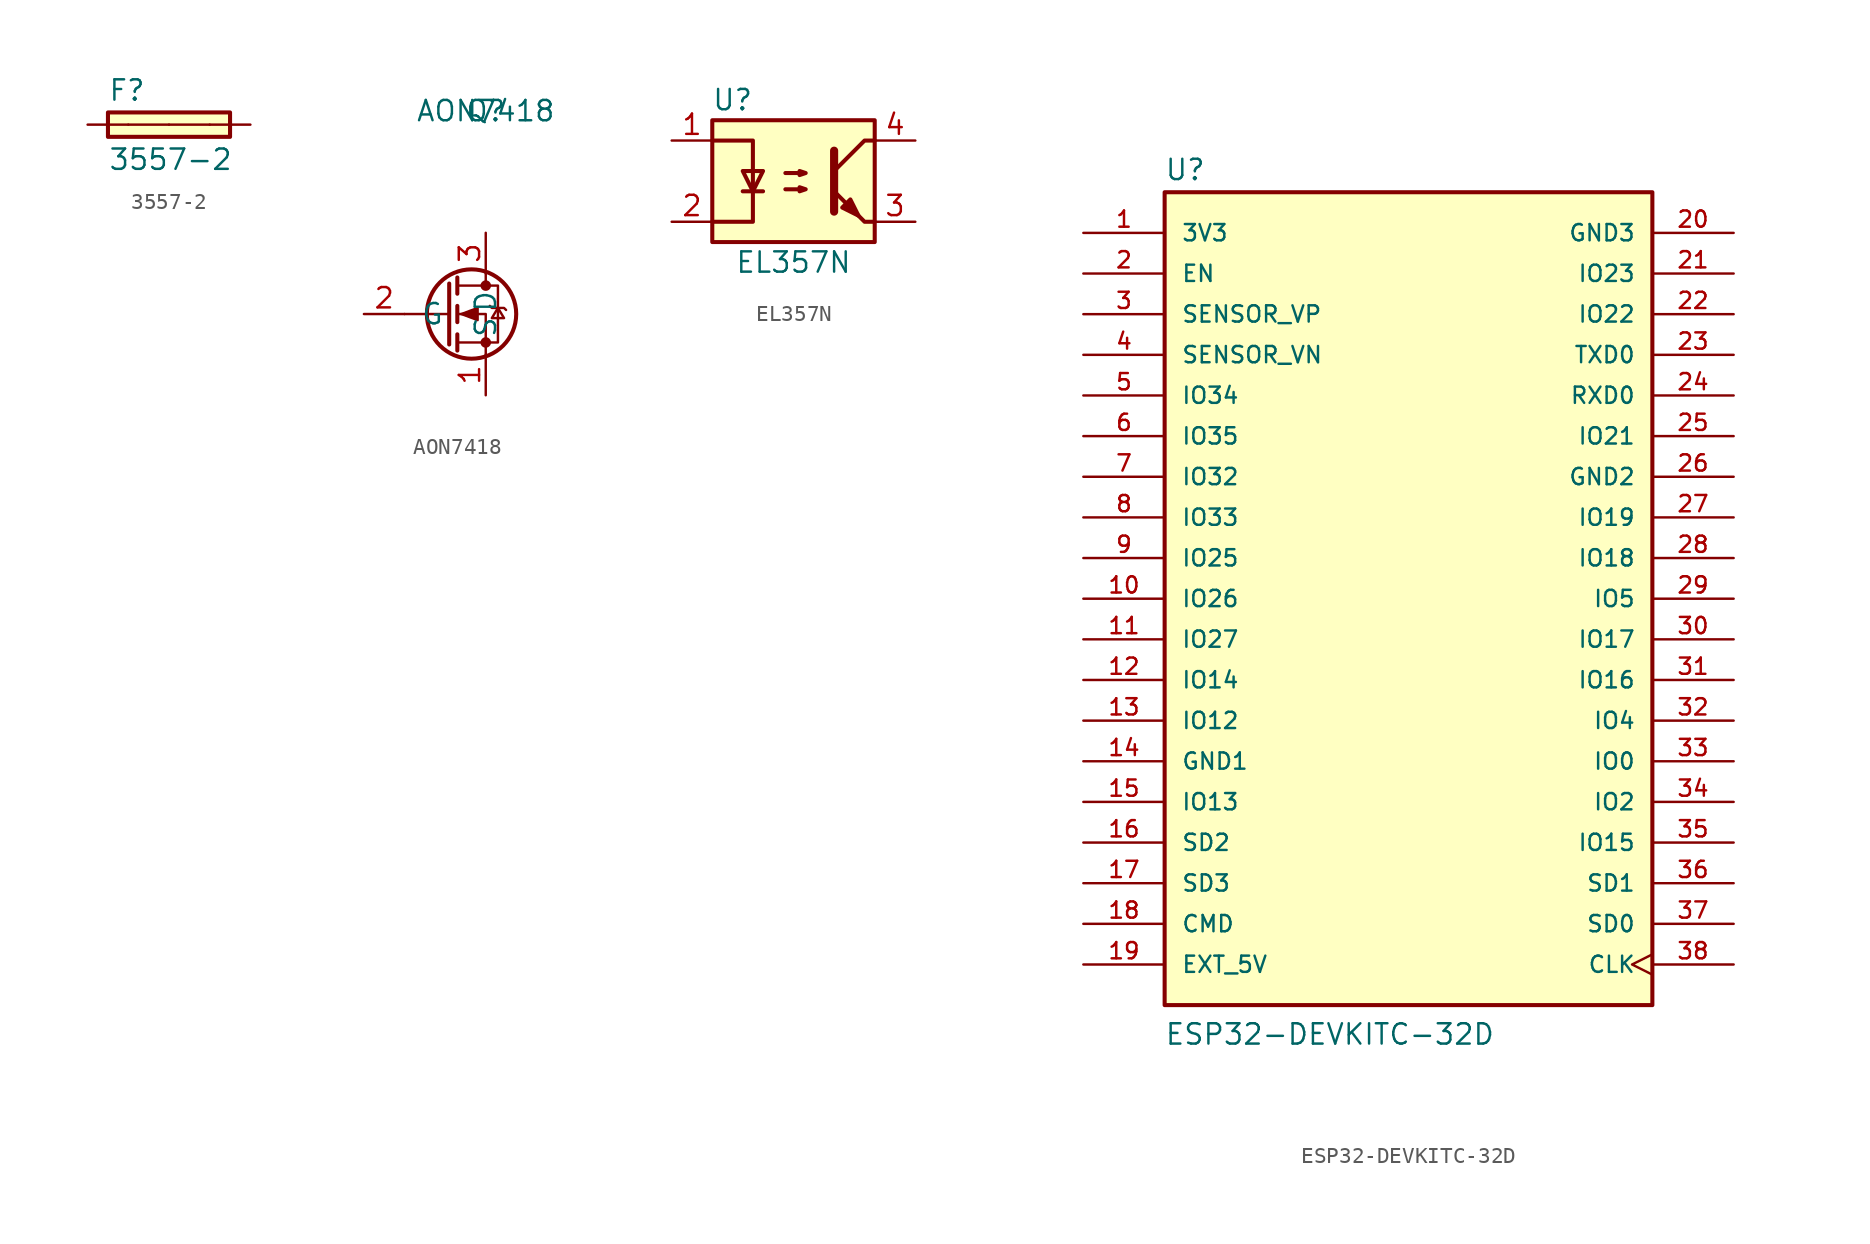
<source format=kicad_sym>
(kicad_symbol_lib
  (version 20211014)
  (generator kicad_symbol_editor)
  (symbol "3557-2"
    (pin_numbers hide)
    (pin_names
      (offset 1.016) hide)
    (property "Reference" "F"
      (at -3.81 1.397 0)
      (effects (font (size 1.27 1.27)) (justify left bottom)))
    (property "Value" "3557-2"
      (at -3.81 -2.921 0)
      (effects (font (size 1.27 1.27)) (justify left bottom)))
    (symbol "3557-2_0_0"
      (rectangle (start -3.81 -0.762) (end 3.81 0.762) (stroke (width 0.254) (type default) (color 0 0 0 0)) (fill (type background)))
      (pin passive line (at -5.08 0 0) (length 2.54) (name "~" (effects (font (size 1.016 1.016)))) (number "1" (effects (font (size 1.016 1.016)))))
      (pin passive line (at -2.54 0 0) (length 2.54) (name "~" (effects (font (size 1.016 1.016)))) (number "2" (effects (font (size 1.016 1.016)))))
      (pin passive line (at 5.08 0 180) (length 2.54) (name "~" (effects (font (size 1.016 1.016)))) (number "2" (effects (font (size 1.016 1.016)))))
      (pin passive line (at 2.54 0 180) (length 2.54) (name "~" (effects (font (size 1.016 1.016)))) (number "4" (effects (font (size 1.016 1.016)))))))
  (symbol "AON7418"
    (pin_names
      (offset 1.016))
    (property "Reference" "Q"
      (at 0 0 0)
      (effects (font (size 1.27 1.27))))
    (property "Value" "AON7418"
      (at 0 0 0)
      (effects (font (size 1.27 1.27))))
    (symbol "AON7418_1_1"
      (circle (center -0.889 -12.7) (radius 2.794) (stroke (width 0.254) (type default) (color 0 0 0 0)) (fill (type none)))
      (circle (center 0 -14.478) (radius 0.254) (stroke (width 0) (type default) (color 0 0 0 0)) (fill (type outline)))
      (circle (center 0 -10.922) (radius 0.254) (stroke (width 0) (type default) (color 0 0 0 0)) (fill (type outline)))
      (polyline (pts (xy -2.286 -12.7) (xy -5.08 -12.7)) (stroke (width 0) (type default) (color 0 0 0 0)) (fill (type none)))
      (polyline (pts (xy -2.286 -10.795) (xy -2.286 -14.605)) (stroke (width 0.254) (type default) (color 0 0 0 0)) (fill (type none)))
      (polyline (pts (xy -1.778 -13.97) (xy -1.778 -14.986)) (stroke (width 0.254) (type default) (color 0 0 0 0)) (fill (type none)))
      (polyline (pts (xy -1.778 -12.192) (xy -1.778 -13.208)) (stroke (width 0.254) (type default) (color 0 0 0 0)) (fill (type none)))
      (polyline (pts (xy -1.778 -10.414) (xy -1.778 -11.43)) (stroke (width 0.254) (type default) (color 0 0 0 0)) (fill (type none)))
      (polyline (pts (xy 0 -10.16) (xy 0 -10.922)) (stroke (width 0) (type default) (color 0 0 0 0)) (fill (type none)))
      (polyline (pts (xy 0 -15.24) (xy 0 -12.7) (xy -1.778 -12.7)) (stroke (width 0) (type default) (color 0 0 0 0)) (fill (type none)))
      (polyline (pts (xy -1.778 -14.478) (xy 0.762 -14.478) (xy 0.762 -10.922) (xy -1.778 -10.922)) (stroke (width 0) (type default) (color 0 0 0 0)) (fill (type none)))
      (polyline (pts (xy -1.524 -12.7) (xy -0.508 -12.319) (xy -0.508 -13.081) (xy -1.524 -12.7)) (stroke (width 0) (type default) (color 0 0 0 0)) (fill (type outline)))
      (polyline (pts (xy 0.254 -12.192) (xy 0.381 -12.319) (xy 1.143 -12.319) (xy 1.27 -12.446)) (stroke (width 0) (type default) (color 0 0 0 0)) (fill (type none)))
      (polyline (pts (xy 0.762 -12.319) (xy 0.381 -12.954) (xy 1.143 -12.954) (xy 0.762 -12.319)) (stroke (width 0) (type default) (color 0 0 0 0)) (fill (type none)))
      (pin passive line (at 0 -17.78 90) (length 2.54) (name "S" (effects (font (size 1.27 1.27)))) (number "1" (effects (font (size 1.27 1.27)))))
      (pin input line (at -7.62 -12.7 0) (length 2.54) (name "G" (effects (font (size 1.27 1.27)))) (number "2" (effects (font (size 1.27 1.27)))))
      (pin passive line (at 0 -7.62 270) (length 2.54) (name "D" (effects (font (size 1.27 1.27)))) (number "3" (effects (font (size 1.27 1.27)))))))
  (symbol "EL357N"
    (property "Reference" "U"
      (at -3.81 5.08 0)
      (effects (font (size 1.27 1.27))))
    (property "Value" "EL357N"
      (at 0 -5.08 0)
      (effects (font (size 1.27 1.27))))
    (symbol "EL357N_0_1"
      (rectangle (start -5.08 3.81) (end 5.08 -3.81) (stroke (width 0.254) (type default) (color 0 0 0 0)) (fill (type background)))
      (polyline (pts (xy -3.175 -0.635) (xy -1.905 -0.635)) (stroke (width 0.254) (type default) (color 0 0 0 0)) (fill (type none)))
      (polyline (pts (xy 2.54 1.905) (xy 2.54 -1.905) (xy 2.54 -1.905)) (stroke (width 0.508) (type default) (color 0 0 0 0)) (fill (type none)))
      (polyline (pts (xy 5.08 -2.54) (xy 4.445 -2.54) (xy 2.54 -0.635)) (stroke (width 0.254) (type default) (color 0 0 0 0)) (fill (type none)))
      (polyline (pts (xy 5.08 2.54) (xy 4.445 2.54) (xy 2.54 0.635)) (stroke (width 0.254) (type default) (color 0 0 0 0)) (fill (type none)))
      (polyline (pts (xy -5.08 -2.54) (xy -2.54 -2.54) (xy -2.54 2.54) (xy -5.08 2.54)) (stroke (width 0.254) (type default) (color 0 0 0 0)) (fill (type none)))
      (polyline (pts (xy -2.54 -0.635) (xy -3.175 0.635) (xy -1.905 0.635) (xy -2.54 -0.635)) (stroke (width 0.254) (type default) (color 0 0 0 0)) (fill (type none)))
      (polyline (pts (xy -0.508 -0.508) (xy 0.762 -0.508) (xy 0.381 -0.635) (xy 0.381 -0.381) (xy 0.762 -0.508)) (stroke (width 0.254) (type default) (color 0 0 0 0)) (fill (type none)))
      (polyline (pts (xy -0.508 0.508) (xy 0.762 0.508) (xy 0.381 0.381) (xy 0.381 0.635) (xy 0.762 0.508)) (stroke (width 0.254) (type default) (color 0 0 0 0)) (fill (type none)))
      (polyline (pts (xy 3.048 -1.651) (xy 3.556 -1.143) (xy 4.064 -2.159) (xy 3.048 -1.651) (xy 3.048 -1.651)) (stroke (width 0.254) (type default) (color 0 0 0 0)) (fill (type outline))))
    (symbol "EL357N_1_1"
      (pin passive line (at -7.62 2.54 0) (length 2.54) (name "~" (effects (font (size 1.27 1.27)))) (number "1" (effects (font (size 1.27 1.27)))))
      (pin passive line (at -7.62 -2.54 0) (length 2.54) (name "~" (effects (font (size 1.27 1.27)))) (number "2" (effects (font (size 1.27 1.27)))))
      (pin passive line (at 7.62 -2.54 180) (length 2.54) (name "~" (effects (font (size 1.27 1.27)))) (number "3" (effects (font (size 1.27 1.27)))))
      (pin passive line (at 7.62 2.54 180) (length 2.54) (name "~" (effects (font (size 1.27 1.27)))) (number "4" (effects (font (size 1.27 1.27)))))))
  (symbol "ESP32-DEVKITC-32D"
    (pin_names
      (offset 1.016))
    (property "Reference" "U"
      (at -15.265 26.06 0)
      (effects (font (size 1.27 1.27)) (justify left bottom)))
    (property "Value" "ESP32-DEVKITC-32D"
      (at -15.265 -27.965 0)
      (effects (font (size 1.27 1.27)) (justify left bottom)))
    (symbol "ESP32-DEVKITC-32D_0_0"
      (rectangle (start -15.24 -25.4) (end 15.24 25.4) (stroke (width 0.254) (type default) (color 0 0 0 0)) (fill (type background)))
      (pin power_in line (at -20.32 22.86 0) (length 5.08) (name "3V3" (effects (font (size 1.016 1.016)))) (number "1" (effects (font (size 1.016 1.016)))))
      (pin bidirectional line (at -20.32 0 0) (length 5.08) (name "IO26" (effects (font (size 1.016 1.016)))) (number "10" (effects (font (size 1.016 1.016)))))
      (pin bidirectional line (at -20.32 -2.54 0) (length 5.08) (name "IO27" (effects (font (size 1.016 1.016)))) (number "11" (effects (font (size 1.016 1.016)))))
      (pin bidirectional line (at -20.32 -5.08 0) (length 5.08) (name "IO14" (effects (font (size 1.016 1.016)))) (number "12" (effects (font (size 1.016 1.016)))))
      (pin bidirectional line (at -20.32 -7.62 0) (length 5.08) (name "IO12" (effects (font (size 1.016 1.016)))) (number "13" (effects (font (size 1.016 1.016)))))
      (pin power_in line (at -20.32 -10.16 0) (length 5.08) (name "GND1" (effects (font (size 1.016 1.016)))) (number "14" (effects (font (size 1.016 1.016)))))
      (pin bidirectional line (at -20.32 -12.7 0) (length 5.08) (name "IO13" (effects (font (size 1.016 1.016)))) (number "15" (effects (font (size 1.016 1.016)))))
      (pin bidirectional line (at -20.32 -15.24 0) (length 5.08) (name "SD2" (effects (font (size 1.016 1.016)))) (number "16" (effects (font (size 1.016 1.016)))))
      (pin bidirectional line (at -20.32 -17.78 0) (length 5.08) (name "SD3" (effects (font (size 1.016 1.016)))) (number "17" (effects (font (size 1.016 1.016)))))
      (pin bidirectional line (at -20.32 -20.32 0) (length 5.08) (name "CMD" (effects (font (size 1.016 1.016)))) (number "18" (effects (font (size 1.016 1.016)))))
      (pin power_in line (at -20.32 -22.86 0) (length 5.08) (name "EXT_5V" (effects (font (size 1.016 1.016)))) (number "19" (effects (font (size 1.016 1.016)))))
      (pin input line (at -20.32 20.32 0) (length 5.08) (name "EN" (effects (font (size 1.016 1.016)))) (number "2" (effects (font (size 1.016 1.016)))))
      (pin power_in line (at 20.32 22.86 180) (length 5.08) (name "GND3" (effects (font (size 1.016 1.016)))) (number "20" (effects (font (size 1.016 1.016)))))
      (pin bidirectional line (at 20.32 20.32 180) (length 5.08) (name "IO23" (effects (font (size 1.016 1.016)))) (number "21" (effects (font (size 1.016 1.016)))))
      (pin bidirectional line (at 20.32 17.78 180) (length 5.08) (name "IO22" (effects (font (size 1.016 1.016)))) (number "22" (effects (font (size 1.016 1.016)))))
      (pin output line (at 20.32 15.24 180) (length 5.08) (name "TXD0" (effects (font (size 1.016 1.016)))) (number "23" (effects (font (size 1.016 1.016)))))
      (pin input line (at 20.32 12.7 180) (length 5.08) (name "RXD0" (effects (font (size 1.016 1.016)))) (number "24" (effects (font (size 1.016 1.016)))))
      (pin bidirectional line (at 20.32 10.16 180) (length 5.08) (name "IO21" (effects (font (size 1.016 1.016)))) (number "25" (effects (font (size 1.016 1.016)))))
      (pin power_in line (at 20.32 7.62 180) (length 5.08) (name "GND2" (effects (font (size 1.016 1.016)))) (number "26" (effects (font (size 1.016 1.016)))))
      (pin bidirectional line (at 20.32 5.08 180) (length 5.08) (name "IO19" (effects (font (size 1.016 1.016)))) (number "27" (effects (font (size 1.016 1.016)))))
      (pin bidirectional line (at 20.32 2.54 180) (length 5.08) (name "IO18" (effects (font (size 1.016 1.016)))) (number "28" (effects (font (size 1.016 1.016)))))
      (pin bidirectional line (at 20.32 0 180) (length 5.08) (name "IO5" (effects (font (size 1.016 1.016)))) (number "29" (effects (font (size 1.016 1.016)))))
      (pin input line (at -20.32 17.78 0) (length 5.08) (name "SENSOR_VP" (effects (font (size 1.016 1.016)))) (number "3" (effects (font (size 1.016 1.016)))))
      (pin bidirectional line (at 20.32 -2.54 180) (length 5.08) (name "IO17" (effects (font (size 1.016 1.016)))) (number "30" (effects (font (size 1.016 1.016)))))
      (pin bidirectional line (at 20.32 -5.08 180) (length 5.08) (name "IO16" (effects (font (size 1.016 1.016)))) (number "31" (effects (font (size 1.016 1.016)))))
      (pin bidirectional line (at 20.32 -7.62 180) (length 5.08) (name "IO4" (effects (font (size 1.016 1.016)))) (number "32" (effects (font (size 1.016 1.016)))))
      (pin bidirectional line (at 20.32 -10.16 180) (length 5.08) (name "IO0" (effects (font (size 1.016 1.016)))) (number "33" (effects (font (size 1.016 1.016)))))
      (pin bidirectional line (at 20.32 -12.7 180) (length 5.08) (name "IO2" (effects (font (size 1.016 1.016)))) (number "34" (effects (font (size 1.016 1.016)))))
      (pin bidirectional line (at 20.32 -15.24 180) (length 5.08) (name "IO15" (effects (font (size 1.016 1.016)))) (number "35" (effects (font (size 1.016 1.016)))))
      (pin bidirectional line (at 20.32 -17.78 180) (length 5.08) (name "SD1" (effects (font (size 1.016 1.016)))) (number "36" (effects (font (size 1.016 1.016)))))
      (pin bidirectional line (at 20.32 -20.32 180) (length 5.08) (name "SD0" (effects (font (size 1.016 1.016)))) (number "37" (effects (font (size 1.016 1.016)))))
      (pin input clock (at 20.32 -22.86 180) (length 5.08) (name "CLK" (effects (font (size 1.016 1.016)))) (number "38" (effects (font (size 1.016 1.016)))))
      (pin input line (at -20.32 15.24 0) (length 5.08) (name "SENSOR_VN" (effects (font (size 1.016 1.016)))) (number "4" (effects (font (size 1.016 1.016)))))
      (pin bidirectional line (at -20.32 12.7 0) (length 5.08) (name "IO34" (effects (font (size 1.016 1.016)))) (number "5" (effects (font (size 1.016 1.016)))))
      (pin bidirectional line (at -20.32 10.16 0) (length 5.08) (name "IO35" (effects (font (size 1.016 1.016)))) (number "6" (effects (font (size 1.016 1.016)))))
      (pin bidirectional line (at -20.32 7.62 0) (length 5.08) (name "IO32" (effects (font (size 1.016 1.016)))) (number "7" (effects (font (size 1.016 1.016)))))
      (pin bidirectional line (at -20.32 5.08 0) (length 5.08) (name "IO33" (effects (font (size 1.016 1.016)))) (number "8" (effects (font (size 1.016 1.016)))))
      (pin bidirectional line (at -20.32 2.54 0) (length 5.08) (name "IO25" (effects (font (size 1.016 1.016)))) (number "9" (effects (font (size 1.016 1.016))))))))
</source>
